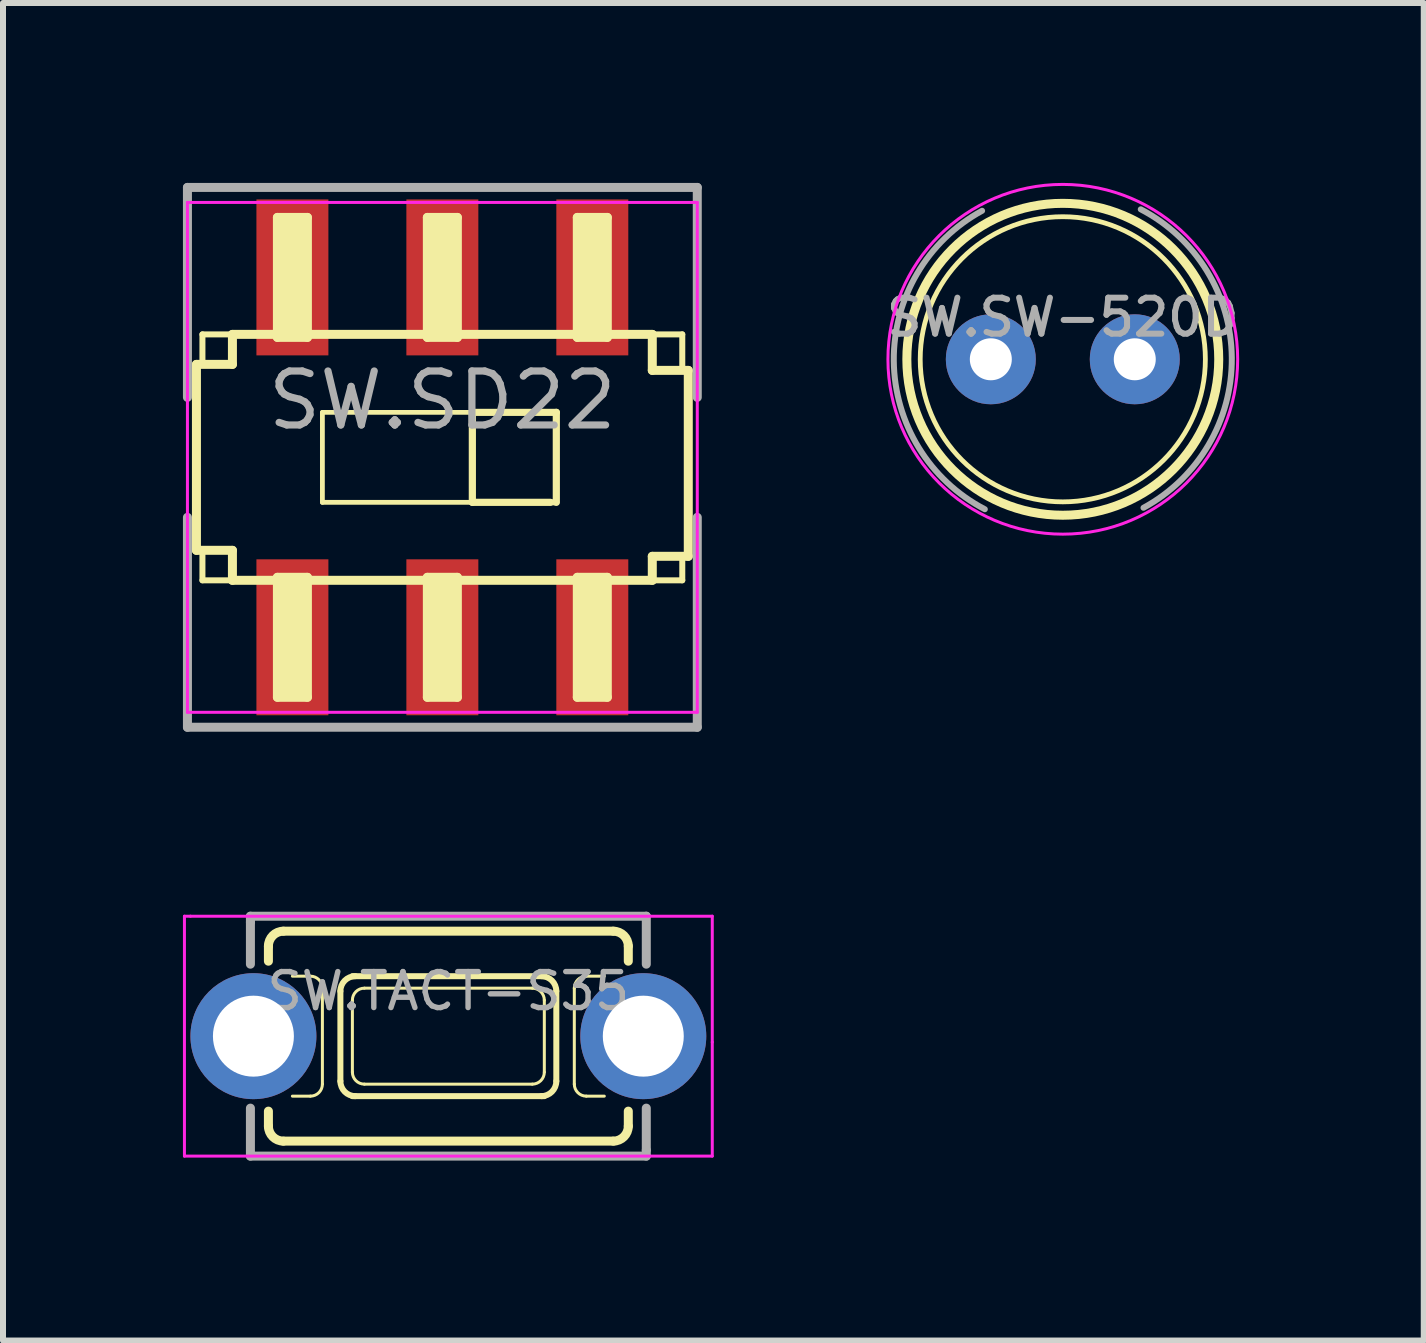
<source format=kicad_pcb>
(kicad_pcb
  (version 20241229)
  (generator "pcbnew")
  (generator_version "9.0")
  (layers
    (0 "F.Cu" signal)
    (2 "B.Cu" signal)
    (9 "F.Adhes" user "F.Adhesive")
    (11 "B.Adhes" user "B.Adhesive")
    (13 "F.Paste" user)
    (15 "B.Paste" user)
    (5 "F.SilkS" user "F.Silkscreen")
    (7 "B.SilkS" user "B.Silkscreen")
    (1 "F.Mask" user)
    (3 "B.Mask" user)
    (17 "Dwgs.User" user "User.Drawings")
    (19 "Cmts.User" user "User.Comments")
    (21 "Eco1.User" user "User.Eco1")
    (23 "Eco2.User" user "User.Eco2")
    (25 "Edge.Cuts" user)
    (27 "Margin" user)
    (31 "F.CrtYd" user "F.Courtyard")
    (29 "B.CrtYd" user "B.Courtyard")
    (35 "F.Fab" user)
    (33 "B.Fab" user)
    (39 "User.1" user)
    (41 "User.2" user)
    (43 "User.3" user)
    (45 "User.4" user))
  (footprint "SW.TACT-S35"
    (layer "F.Cu")
    (at 4.425 14.225)
    (property "Reference" "SW.TACT-S35" (at 0 -0.75 0) (layer "F.Fab") (effects (font (size 0.6 0.6) (thickness 0.09))))
    (attr through_hole)
    (fp_line (start -3 -1.5) (end -3 -1.25) (stroke (width 0.15) (type solid)) (layer "F.SilkS"))
    (fp_line (start -3 1.5) (end -3 1.25) (stroke (width 0.15) (type solid)) (layer "F.SilkS"))
    (fp_line (start -2.75 -1.75) (end 2.75 -1.75) (stroke (width 0.15) (type solid)) (layer "F.SilkS"))
    (fp_line (start -2.6 1) (end -2.3 1) (stroke (width 0.05) (type solid)) (layer "F.SilkS"))
    (fp_line (start -2.3 -1) (end -2.6 -1) (stroke (width 0.05) (type solid)) (layer "F.SilkS"))
    (fp_line (start -2.1 -0.8) (end -2.1 0.8) (stroke (width 0.05) (type solid)) (layer "F.SilkS"))
    (fp_line (start -1.8 -0.75) (end -1.8 0.75) (stroke (width 0.1) (type solid)) (layer "F.SilkS"))
    (fp_line (start -1.6 -1) (end 1.6 -1) (stroke (width 0.1) (type solid)) (layer "F.SilkS"))
    (fp_line (start -1.6 -0.6) (end -1.6 0.6) (stroke (width 0.05) (type solid)) (layer "F.SilkS"))
    (fp_line (start -1.6 1) (end 1.6 1) (stroke (width 0.1) (type solid)) (layer "F.SilkS"))
    (fp_line (start -1.4 -0.8) (end 1.4 -0.8) (stroke (width 0.05) (type solid)) (layer "F.SilkS"))
    (fp_line (start 1.4 0.8) (end -1.4 0.8) (stroke (width 0.05) (type solid)) (layer "F.SilkS"))
    (fp_line (start 1.6 0.6) (end 1.6 -0.6) (stroke (width 0.05) (type solid)) (layer "F.SilkS"))
    (fp_line (start 1.8 -0.75) (end 1.8 0.75) (stroke (width 0.1) (type solid)) (layer "F.SilkS"))
    (fp_line (start 2.1 -0.8) (end 2.1 0.8) (stroke (width 0.05) (type solid)) (layer "F.SilkS"))
    (fp_line (start 2.3 -1) (end 2.6 -1) (stroke (width 0.05) (type solid)) (layer "F.SilkS"))
    (fp_line (start 2.3 1) (end 2.6 1) (stroke (width 0.05) (type solid)) (layer "F.SilkS"))
    (fp_line (start 2.75 1.75) (end -2.75 1.75) (stroke (width 0.15) (type solid)) (layer "F.SilkS"))
    (fp_line (start 3 -1.5) (end 3 -1.25) (stroke (width 0.15) (type solid)) (layer "F.SilkS"))
    (fp_line (start 3 1.5) (end 3 1.25) (stroke (width 0.15) (type solid)) (layer "F.SilkS"))
    (fp_arc (start -3 -1.5) (mid -2.926777 -1.676777) (end -2.75 -1.75) (stroke (width 0.15) (type solid)) (layer "F.SilkS"))
    (fp_arc (start -2.75 1.75) (mid -2.926777 1.676777) (end -3 1.5) (stroke (width 0.15) (type solid)) (layer "F.SilkS"))
    (fp_arc (start -2.3 -1) (mid -2.158579 -0.941421) (end -2.1 -0.8) (stroke (width 0.05) (type solid)) (layer "F.SilkS"))
    (fp_arc (start -2.1 0.8) (mid -2.158579 0.941421) (end -2.3 1) (stroke (width 0.05) (type solid)) (layer "F.SilkS"))
    (fp_arc (start -1.8 -0.75) (mid -1.726777 -0.926777) (end -1.55 -1) (stroke (width 0.1) (type solid)) (layer "F.SilkS"))
    (fp_arc (start -1.6 -0.6) (mid -1.541421 -0.741421) (end -1.4 -0.8) (stroke (width 0.05) (type solid)) (layer "F.SilkS"))
    (fp_arc (start -1.55 1) (mid -1.726777 0.926777) (end -1.8 0.75) (stroke (width 0.1) (type solid)) (layer "F.SilkS"))
    (fp_arc (start -1.4 0.8) (mid -1.541421 0.741421) (end -1.6 0.6) (stroke (width 0.05) (type solid)) (layer "F.SilkS"))
    (fp_arc (start 1.4 -0.8) (mid 1.541421 -0.741421) (end 1.6 -0.6) (stroke (width 0.05) (type solid)) (layer "F.SilkS"))
    (fp_arc (start 1.55 -1) (mid 1.726777 -0.926777) (end 1.8 -0.75) (stroke (width 0.1) (type solid)) (layer "F.SilkS"))
    (fp_arc (start 1.6 0.6) (mid 1.541421 0.741421) (end 1.4 0.8) (stroke (width 0.05) (type solid)) (layer "F.SilkS"))
    (fp_arc (start 1.8 0.75) (mid 1.726777 0.926777) (end 1.55 1) (stroke (width 0.1) (type solid)) (layer "F.SilkS"))
    (fp_arc (start 2.1 -0.8) (mid 2.158579 -0.941421) (end 2.3 -1) (stroke (width 0.05) (type solid)) (layer "F.SilkS"))
    (fp_arc (start 2.3 1) (mid 2.158579 0.941421) (end 2.1 0.8) (stroke (width 0.05) (type solid)) (layer "F.SilkS"))
    (fp_arc (start 2.75 -1.75) (mid 2.926777 -1.676777) (end 3 -1.5) (stroke (width 0.15) (type solid)) (layer "F.SilkS"))
    (fp_arc (start 3 1.5) (mid 2.926777 1.676777) (end 2.75 1.75) (stroke (width 0.15) (type solid)) (layer "F.SilkS"))
    (fp_line (start -4.4 -2) (end -4.4 2) (stroke (width 0.05) (type solid)) (layer "F.CrtYd"))
    (fp_line (start -4.4 2) (end 4.4 2) (stroke (width 0.05) (type solid)) (layer "F.CrtYd"))
    (fp_line (start -4.3 -2) (end -4.4 -2) (stroke (width 0.05) (type solid)) (layer "F.CrtYd"))
    (fp_line (start 4.4 -2) (end -4.3 -2) (stroke (width 0.05) (type solid)) (layer "F.CrtYd"))
    (fp_line (start 4.4 0.1) (end 4.4 -2) (stroke (width 0.05) (type solid)) (layer "F.CrtYd"))
    (fp_line (start 4.4 2) (end 4.4 0.1) (stroke (width 0.05) (type solid)) (layer "F.CrtYd"))
    (fp_line (start -3.3 -2) (end 3.3 -2) (stroke (width 0.15) (type solid)) (layer "F.Fab"))
    (fp_line (start -3.3 -1.9) (end -3.3 -2) (stroke (width 0.15) (type solid)) (layer "F.Fab"))
    (fp_line (start -3.3 -1.2) (end -3.3 -1.9) (stroke (width 0.15) (type solid)) (layer "F.Fab"))
    (fp_line (start -3.3 2) (end -3.3 1.2) (stroke (width 0.15) (type solid)) (layer "F.Fab"))
    (fp_line (start 3.3 -2) (end 3.3 -1.2) (stroke (width 0.15) (type solid)) (layer "F.Fab"))
    (fp_line (start 3.3 1.2) (end 3.3 1.9) (stroke (width 0.15) (type solid)) (layer "F.Fab"))
    (fp_line (start 3.3 1.9) (end 3.3 2) (stroke (width 0.15) (type solid)) (layer "F.Fab"))
    (fp_line (start 3.3 2) (end -3.3 2) (stroke (width 0.15) (type solid)) (layer "F.Fab"))
    (pad "1" thru_hole circle (at -3.25 0) (size 2.1 2.1) (drill 1.35) (layers "*.Cu" "*.Mask"))
    (pad "2" thru_hole circle (at 3.25 0) (size 2.1 2.1) (drill 1.35) (layers "*.Cu" "*.Mask")))
  (footprint "SW.SD22"
    (layer "F.Cu")
    (at 4.325 4.575)
    (property "Reference" "SW.SD22" (at 0 -0.95 0) (layer "F.Fab") (effects (font (size 0.9 0.9) (thickness 0.12))))
    (attr through_hole)
    (fp_line (start -4.1 -1.55) (end -4.1 1.55) (stroke (width 0.15) (type solid)) (layer "F.SilkS"))
    (fp_line (start -4.1 -1.55) (end -3.5 -1.55) (stroke (width 0.15) (type solid)) (layer "F.SilkS"))
    (fp_line (start -4.1 1.55) (end -3.5 1.55) (stroke (width 0.15) (type solid)) (layer "F.SilkS"))
    (fp_line (start -4 -2.05) (end -3.5 -2.05) (stroke (width 0.1) (type solid)) (layer "F.SilkS"))
    (fp_line (start -4 -1.55) (end -4 -2.05) (stroke (width 0.1) (type solid)) (layer "F.SilkS"))
    (fp_line (start -4 1.55) (end -4 2.05) (stroke (width 0.1) (type solid)) (layer "F.SilkS"))
    (fp_line (start -4 2.05) (end -3.5 2.05) (stroke (width 0.1) (type solid)) (layer "F.SilkS"))
    (fp_line (start -3.5 -2.05) (end -3.5 -1.55) (stroke (width 0.15) (type solid)) (layer "F.SilkS"))
    (fp_line (start -3.5 -2.05) (end 3.5 -2.05) (stroke (width 0.15) (type solid)) (layer "F.SilkS"))
    (fp_line (start -3.5 2.05) (end -3.5 1.55) (stroke (width 0.15) (type solid)) (layer "F.SilkS"))
    (fp_line (start -3.5 2.05) (end 3.5 2.05) (stroke (width 0.15) (type solid)) (layer "F.SilkS"))
    (fp_line (start -2.75 -4) (end -2.25 -4) (stroke (width 0.15) (type solid)) (layer "F.SilkS"))
    (fp_line (start -2.75 -2) (end -2.75 -4) (stroke (width 0.15) (type solid)) (layer "F.SilkS"))
    (fp_line (start -2.75 -2) (end -2.25 -2) (stroke (width 0.15) (type solid)) (layer "F.SilkS"))
    (fp_line (start -2.75 2) (end -2.25 2) (stroke (width 0.15) (type solid)) (layer "F.SilkS"))
    (fp_line (start -2.75 4) (end -2.75 2) (stroke (width 0.15) (type solid)) (layer "F.SilkS"))
    (fp_line (start -2.6 -2.2) (end -2.6 -3.85) (stroke (width 0.3) (type solid)) (layer "F.SilkS"))
    (fp_line (start -2.6 3.85) (end -2.6 2.15) (stroke (width 0.3) (type solid)) (layer "F.SilkS"))
    (fp_line (start -2.4 -3.85) (end -2.4 -2.2) (stroke (width 0.3) (type solid)) (layer "F.SilkS"))
    (fp_line (start -2.4 2.15) (end -2.4 3.85) (stroke (width 0.3) (type solid)) (layer "F.SilkS"))
    (fp_line (start -2.25 -4) (end -2.25 -2) (stroke (width 0.15) (type solid)) (layer "F.SilkS"))
    (fp_line (start -2.25 2) (end -2.25 4) (stroke (width 0.15) (type solid)) (layer "F.SilkS"))
    (fp_line (start -2.25 4) (end -2.75 4) (stroke (width 0.15) (type solid)) (layer "F.SilkS"))
    (fp_line (start -2 -0.75) (end 0.5 -0.75) (stroke (width 0.08) (type solid)) (layer "F.SilkS"))
    (fp_line (start -2 0.75) (end -2 -0.75) (stroke (width 0.08) (type solid)) (layer "F.SilkS"))
    (fp_line (start -0.25 -4) (end 0.25 -4) (stroke (width 0.15) (type solid)) (layer "F.SilkS"))
    (fp_line (start -0.25 -2) (end -0.25 -4) (stroke (width 0.15) (type solid)) (layer "F.SilkS"))
    (fp_line (start -0.25 2) (end 0.25 2) (stroke (width 0.15) (type solid)) (layer "F.SilkS"))
    (fp_line (start -0.25 4) (end -0.25 2) (stroke (width 0.15) (type solid)) (layer "F.SilkS"))
    (fp_line (start -0.1 -2.2) (end -0.1 -3.85) (stroke (width 0.3) (type solid)) (layer "F.SilkS"))
    (fp_line (start -0.1 3.85) (end -0.1 2.15) (stroke (width 0.3) (type solid)) (layer "F.SilkS"))
    (fp_line (start 0.1 -3.85) (end 0.1 -2.2) (stroke (width 0.3) (type solid)) (layer "F.SilkS"))
    (fp_line (start 0.1 2.15) (end 0.1 3.85) (stroke (width 0.3) (type solid)) (layer "F.SilkS"))
    (fp_line (start 0.25 -4) (end 0.25 -2) (stroke (width 0.15) (type solid)) (layer "F.SilkS"))
    (fp_line (start 0.25 -2) (end -0.25 -2) (stroke (width 0.15) (type solid)) (layer "F.SilkS"))
    (fp_line (start 0.25 2) (end 0.25 4) (stroke (width 0.15) (type solid)) (layer "F.SilkS"))
    (fp_line (start 0.25 4) (end -0.25 4) (stroke (width 0.15) (type solid)) (layer "F.SilkS"))
    (fp_line (start 0.5 -0.75) (end 0.5 0.75) (stroke (width 0.12) (type solid)) (layer "F.SilkS"))
    (fp_line (start 0.5 0.75) (end -2 0.75) (stroke (width 0.08) (type solid)) (layer "F.SilkS"))
    (fp_line (start 0.5 0.75) (end 1.8 0.75) (stroke (width 0.12) (type solid)) (layer "F.SilkS"))
    (fp_line (start 1.8 0.75) (end 1.9 0.75) (stroke (width 0.1) (type solid)) (layer "F.SilkS"))
    (fp_line (start 1.9 -0.75) (end 0.5 -0.75) (stroke (width 0.12) (type solid)) (layer "F.SilkS"))
    (fp_line (start 1.9 0.75) (end 1.9 -0.75) (stroke (width 0.12) (type solid)) (layer "F.SilkS"))
    (fp_line (start 2.25 -4) (end 2.75 -4) (stroke (width 0.15) (type solid)) (layer "F.SilkS"))
    (fp_line (start 2.25 -2) (end 2.25 -4) (stroke (width 0.15) (type solid)) (layer "F.SilkS"))
    (fp_line (start 2.25 2) (end 2.75 2) (stroke (width 0.15) (type solid)) (layer "F.SilkS"))
    (fp_line (start 2.25 4) (end 2.25 2) (stroke (width 0.15) (type solid)) (layer "F.SilkS"))
    (fp_line (start 2.4 -2.2) (end 2.4 -3.9) (stroke (width 0.3) (type solid)) (layer "F.SilkS"))
    (fp_line (start 2.4 3.85) (end 2.4 2.15) (stroke (width 0.3) (type solid)) (layer "F.SilkS"))
    (fp_line (start 2.6 -3.9) (end 2.6 -2.2) (stroke (width 0.3) (type solid)) (layer "F.SilkS"))
    (fp_line (start 2.6 2.1) (end 2.6 3.85) (stroke (width 0.3) (type solid)) (layer "F.SilkS"))
    (fp_line (start 2.75 -4) (end 2.75 -2) (stroke (width 0.15) (type solid)) (layer "F.SilkS"))
    (fp_line (start 2.75 -2) (end 2.25 -2) (stroke (width 0.15) (type solid)) (layer "F.SilkS"))
    (fp_line (start 2.75 2) (end 2.75 4) (stroke (width 0.15) (type solid)) (layer "F.SilkS"))
    (fp_line (start 2.75 4) (end 2.25 4) (stroke (width 0.15) (type solid)) (layer "F.SilkS"))
    (fp_line (start 3.5 -2.05) (end 3.5 -1.45) (stroke (width 0.15) (type solid)) (layer "F.SilkS"))
    (fp_line (start 3.5 -2.05) (end 4 -2.05) (stroke (width 0.1) (type solid)) (layer "F.SilkS"))
    (fp_line (start 3.5 -1.45) (end 4.1 -1.45) (stroke (width 0.15) (type solid)) (layer "F.SilkS"))
    (fp_line (start 3.5 1.65) (end 3.5 2.05) (stroke (width 0.15) (type solid)) (layer "F.SilkS"))
    (fp_line (start 3.5 1.65) (end 4.1 1.65) (stroke (width 0.15) (type solid)) (layer "F.SilkS"))
    (fp_line (start 4 -2.05) (end 4 -1.45) (stroke (width 0.1) (type solid)) (layer "F.SilkS"))
    (fp_line (start 4 1.65) (end 4 2.05) (stroke (width 0.1) (type solid)) (layer "F.SilkS"))
    (fp_line (start 4 2.05) (end 3.5 2.05) (stroke (width 0.1) (type solid)) (layer "F.SilkS"))
    (fp_line (start 4.1 -1.45) (end 4.1 1.65) (stroke (width 0.15) (type solid)) (layer "F.SilkS"))
    (fp_line (start -4.25 -4.25) (end 4.25 -4.25) (stroke (width 0.05) (type solid)) (layer "F.CrtYd"))
    (fp_line (start -4.25 4.25) (end -4.25 -4.25) (stroke (width 0.05) (type solid)) (layer "F.CrtYd"))
    (fp_line (start 4.25 -4.25) (end 4.25 4.25) (stroke (width 0.05) (type solid)) (layer "F.CrtYd"))
    (fp_line (start 4.25 4.25) (end -4.25 4.25) (stroke (width 0.05) (type solid)) (layer "F.CrtYd"))
    (fp_line (start -4.25 -4.5) (end 4.25 -4.5) (stroke (width 0.15) (type solid)) (layer "F.Fab"))
    (fp_line (start -4.25 -1) (end -4.25 -4.5) (stroke (width 0.15) (type solid)) (layer "F.Fab"))
    (fp_line (start -4.25 4.5) (end -4.25 1) (stroke (width 0.15) (type solid)) (layer "F.Fab"))
    (fp_line (start 4.25 -4.5) (end 4.25 -1) (stroke (width 0.15) (type solid)) (layer "F.Fab"))
    (fp_line (start 4.25 1) (end 4.25 4.5) (stroke (width 0.15) (type solid)) (layer "F.Fab"))
    (fp_line (start 4.25 4.5) (end -4.25 4.5) (stroke (width 0.15) (type solid)) (layer "F.Fab"))
    (pad "1" smd rect (at -2.5 -3) (size 1.2 2.6) (layers "F.Cu" "F.Mask" "F.Paste"))
    (pad "2" smd rect (at 0 -3) (size 1.2 2.6) (layers "F.Cu" "F.Mask" "F.Paste"))
    (pad "3" smd rect (at 2.5 -3) (size 1.2 2.6) (layers "F.Cu" "F.Mask" "F.Paste"))
    (pad "4" smd rect (at -2.5 3) (size 1.2 2.6) (layers "F.Cu" "F.Mask" "F.Paste"))
    (pad "5" smd rect (at 0 3) (size 1.2 2.6) (layers "F.Cu" "F.Mask" "F.Paste"))
    (pad "6" smd rect (at 2.5 3) (size 1.2 2.6) (layers "F.Cu" "F.Mask" "F.Paste")))
  (footprint "SW.SW-520D"
    (layer "F.Cu")
    (at 14.669 2.94)
    (property "Reference" "SW.SW-520D" (at 0 -0.7 0) (layer "F.Fab") (effects (font (size 0.6 0.6) (thickness 0.1))))
    (attr through_hole)
    (fp_circle (center 0 0) (end 0.9 2.2) (stroke (width 0.08) (type solid)) (fill no) (layer "F.SilkS"))
    (fp_circle (center 0 0) (end 2.6 0) (stroke (width 0.15) (type solid)) (fill no) (layer "F.SilkS"))
    (fp_circle (center 0 0) (end 1.1 2.7) (stroke (width 0.05) (type solid)) (fill no) (layer "F.CrtYd"))
    (fp_arc (start -1.3 2.5) (mid -2.817682 0.025847) (end -1.345643 -2.475731) (stroke (width 0.1) (type solid)) (layer "F.Fab"))
    (fp_arc (start 1.3 -2.5) (mid 2.817682 -0.025847) (end 1.345643 2.475731) (stroke (width 0.1) (type solid)) (layer "F.Fab"))
    (pad "1" thru_hole circle (at -1.2 0) (size 1.5 1.5) (drill 0.7) (layers "*.Cu" "*.Mask"))
    (pad "2" thru_hole circle (at 1.2 0) (size 1.5 1.5) (drill 0.7) (layers "*.Cu" "*.Mask")))
  (gr_rect
    (start -3 -3)
    (end 20.687 19.3)
    (stroke (width 0.1) (type default))
    (fill no)
    (layer "Edge.Cuts")))
</source>
